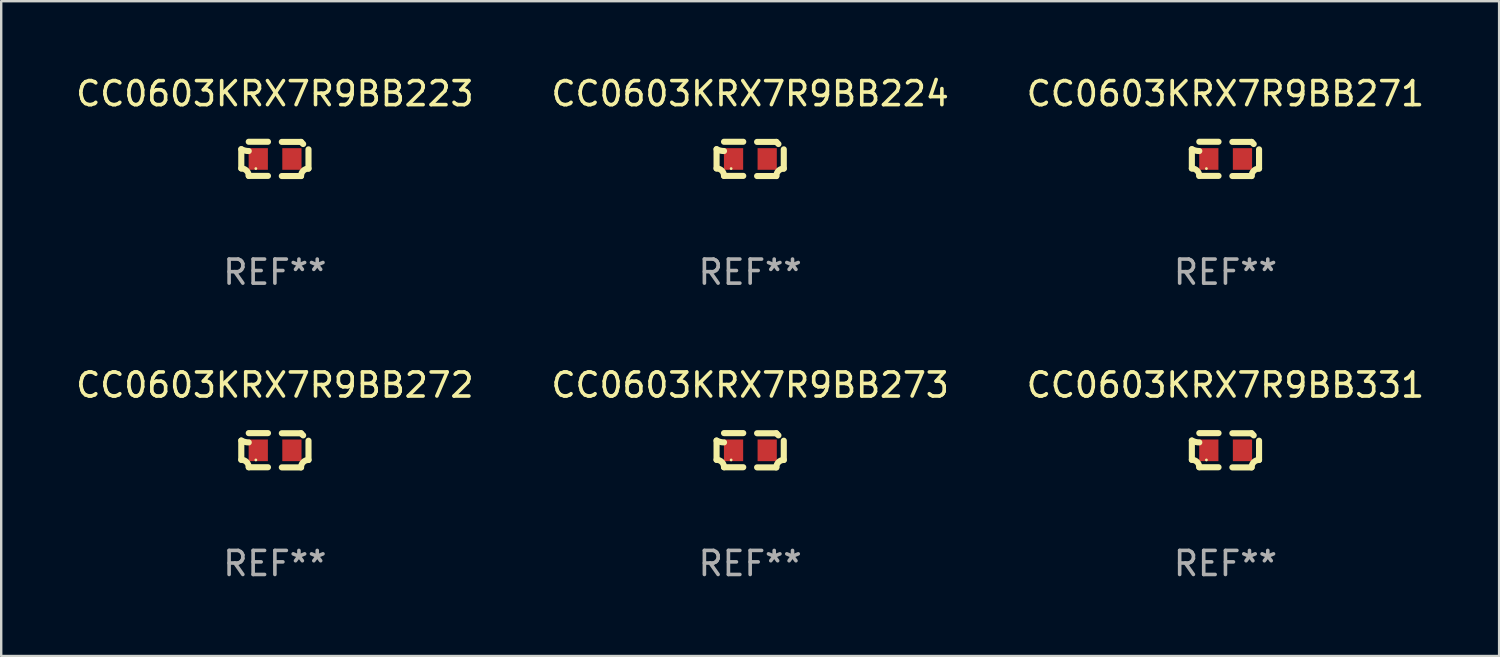
<source format=kicad_pcb>
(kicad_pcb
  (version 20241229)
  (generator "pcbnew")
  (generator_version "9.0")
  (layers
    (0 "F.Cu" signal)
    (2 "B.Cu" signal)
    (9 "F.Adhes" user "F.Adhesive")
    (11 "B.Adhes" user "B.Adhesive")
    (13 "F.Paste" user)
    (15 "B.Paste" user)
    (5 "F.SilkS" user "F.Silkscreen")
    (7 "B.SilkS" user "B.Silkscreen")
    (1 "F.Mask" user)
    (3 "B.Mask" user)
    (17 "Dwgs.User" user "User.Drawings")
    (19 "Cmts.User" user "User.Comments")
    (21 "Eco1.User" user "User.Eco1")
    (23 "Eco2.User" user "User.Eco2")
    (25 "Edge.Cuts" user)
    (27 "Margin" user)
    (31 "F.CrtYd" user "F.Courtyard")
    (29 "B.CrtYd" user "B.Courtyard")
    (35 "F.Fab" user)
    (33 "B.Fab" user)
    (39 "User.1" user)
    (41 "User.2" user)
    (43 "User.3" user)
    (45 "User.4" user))
  (footprint "CC0603KRX7R9BB223"
    (layer "F.Cu")
    (at 8.387 3.561)
    (property "Reference" "CC0603KRX7R9BB223" (at 0 -2.713 0) (layer "F.SilkS") (effects (font (size 1 1) (thickness 0.15))))
    (attr through_hole)
    (fp_line (start -1.398 -0.403) (end -1.398 0.397) (stroke (width 0.254) (type solid)) (layer "F.SilkS"))
    (fp_line (start -0.288 -0.713) (end -1.088 -0.713) (stroke (width 0.254) (type solid)) (layer "F.SilkS"))
    (fp_line (start -0.288 0.707) (end -1.088 0.707) (stroke (width 0.254) (type solid)) (layer "F.SilkS"))
    (fp_line (start 0.288 -0.707) (end 1.088 -0.707) (stroke (width 0.254) (type solid)) (layer "F.SilkS"))
    (fp_line (start 0.288 0.713) (end 1.088 0.713) (stroke (width 0.254) (type solid)) (layer "F.SilkS"))
    (fp_line (start 1.398 -0.397) (end 1.398 0.403) (stroke (width 0.254) (type solid)) (layer "F.SilkS"))
    (fp_arc (start -1.397789 0.397066) (mid -1.178701 0.487826) (end -1.08796 0.706922) (stroke (width 0.254001) (type solid)) (layer "F.SilkS"))
    (fp_arc (start -1.08796 -0.327176) (mid -1.247436 -0.346384) (end -1.39779 -0.402908) (stroke (width 0.254001) (type solid)) (layer "F.SilkS"))
    (fp_arc (start 1.087909 0.712738) (mid 1.178656 0.493655) (end 1.397739 0.402908) (stroke (width 0.254001) (type solid)) (layer "F.SilkS"))
    (fp_arc (start 1.175925 -0.618926) (mid 1.131917 -0.662923) (end 1.08791 -0.706922) (stroke (width 0.254001) (type solid)) (layer "F.SilkS"))
    (fp_circle (center -0.792 0.403) (end -0.762 0.403) (stroke (width 0.06) (type solid)) (fill no) (layer "F.SilkS"))
    (fp_text user "REF**" (at 0 4.713 0) (layer "F.Fab") (effects (font (size 1 1) (thickness 0.15))))
    (pad "1" smd rect (at -0.692 0.003) (size 0.8 0.9) (layers "F.Cu" "F.Mask" "F.Paste"))
    (pad "2" smd rect (at 0.708 0.003) (size 0.8 0.9) (layers "F.Cu" "F.Mask" "F.Paste")))
  (footprint "CC0603KRX7R9BB271"
    (layer "F.Cu")
    (at 47.935 3.561)
    (property "Reference" "CC0603KRX7R9BB271" (at 0 -2.713 0) (layer "F.SilkS") (effects (font (size 1 1) (thickness 0.15))))
    (attr through_hole)
    (fp_line (start -1.398 -0.403) (end -1.398 0.397) (stroke (width 0.254) (type solid)) (layer "F.SilkS"))
    (fp_line (start -0.288 -0.713) (end -1.088 -0.713) (stroke (width 0.254) (type solid)) (layer "F.SilkS"))
    (fp_line (start -0.288 0.707) (end -1.088 0.707) (stroke (width 0.254) (type solid)) (layer "F.SilkS"))
    (fp_line (start 0.288 -0.707) (end 1.088 -0.707) (stroke (width 0.254) (type solid)) (layer "F.SilkS"))
    (fp_line (start 0.288 0.713) (end 1.088 0.713) (stroke (width 0.254) (type solid)) (layer "F.SilkS"))
    (fp_line (start 1.398 -0.397) (end 1.398 0.403) (stroke (width 0.254) (type solid)) (layer "F.SilkS"))
    (fp_arc (start -1.397789 0.397066) (mid -1.178701 0.487826) (end -1.08796 0.706922) (stroke (width 0.254001) (type solid)) (layer "F.SilkS"))
    (fp_arc (start -1.08796 -0.327176) (mid -1.247436 -0.346384) (end -1.39779 -0.402908) (stroke (width 0.254001) (type solid)) (layer "F.SilkS"))
    (fp_arc (start 1.087909 0.712738) (mid 1.178656 0.493655) (end 1.397739 0.402908) (stroke (width 0.254001) (type solid)) (layer "F.SilkS"))
    (fp_arc (start 1.175925 -0.618926) (mid 1.131917 -0.662923) (end 1.08791 -0.706922) (stroke (width 0.254001) (type solid)) (layer "F.SilkS"))
    (fp_circle (center -0.792 0.403) (end -0.762 0.403) (stroke (width 0.06) (type solid)) (fill no) (layer "F.SilkS"))
    (fp_text user "REF**" (at 0 4.713 0) (layer "F.Fab") (effects (font (size 1 1) (thickness 0.15))))
    (pad "1" smd rect (at -0.692 0.003) (size 0.8 0.9) (layers "F.Cu" "F.Mask" "F.Paste"))
    (pad "2" smd rect (at 0.708 0.003) (size 0.8 0.9) (layers "F.Cu" "F.Mask" "F.Paste")))
  (footprint "CC0603KRX7R9BB331"
    (layer "F.Cu")
    (at 47.935 15.683)
    (property "Reference" "CC0603KRX7R9BB331" (at 0 -2.713 0) (layer "F.SilkS") (effects (font (size 1 1) (thickness 0.15))))
    (attr through_hole)
    (fp_line (start -1.398 -0.403) (end -1.398 0.397) (stroke (width 0.254) (type solid)) (layer "F.SilkS"))
    (fp_line (start -0.288 -0.713) (end -1.088 -0.713) (stroke (width 0.254) (type solid)) (layer "F.SilkS"))
    (fp_line (start -0.288 0.707) (end -1.088 0.707) (stroke (width 0.254) (type solid)) (layer "F.SilkS"))
    (fp_line (start 0.288 -0.707) (end 1.088 -0.707) (stroke (width 0.254) (type solid)) (layer "F.SilkS"))
    (fp_line (start 0.288 0.713) (end 1.088 0.713) (stroke (width 0.254) (type solid)) (layer "F.SilkS"))
    (fp_line (start 1.398 -0.397) (end 1.398 0.403) (stroke (width 0.254) (type solid)) (layer "F.SilkS"))
    (fp_arc (start -1.397789 0.397066) (mid -1.178701 0.487826) (end -1.08796 0.706922) (stroke (width 0.254001) (type solid)) (layer "F.SilkS"))
    (fp_arc (start -1.08796 -0.327176) (mid -1.247436 -0.346384) (end -1.39779 -0.402908) (stroke (width 0.254001) (type solid)) (layer "F.SilkS"))
    (fp_arc (start 1.087909 0.712738) (mid 1.178656 0.493655) (end 1.397739 0.402908) (stroke (width 0.254001) (type solid)) (layer "F.SilkS"))
    (fp_arc (start 1.175925 -0.618926) (mid 1.131917 -0.662923) (end 1.08791 -0.706922) (stroke (width 0.254001) (type solid)) (layer "F.SilkS"))
    (fp_circle (center -0.792 0.403) (end -0.762 0.403) (stroke (width 0.06) (type solid)) (fill no) (layer "F.SilkS"))
    (fp_text user "REF**" (at 0 4.713 0) (layer "F.Fab") (effects (font (size 1 1) (thickness 0.15))))
    (pad "1" smd rect (at -0.692 0.003) (size 0.8 0.9) (layers "F.Cu" "F.Mask" "F.Paste"))
    (pad "2" smd rect (at 0.708 0.003) (size 0.8 0.9) (layers "F.Cu" "F.Mask" "F.Paste")))
  (footprint "CC0603KRX7R9BB272"
    (layer "F.Cu")
    (at 8.387 15.683)
    (property "Reference" "CC0603KRX7R9BB272" (at 0 -2.713 0) (layer "F.SilkS") (effects (font (size 1 1) (thickness 0.15))))
    (attr through_hole)
    (fp_line (start -1.398 -0.403) (end -1.398 0.397) (stroke (width 0.254) (type solid)) (layer "F.SilkS"))
    (fp_line (start -0.288 -0.713) (end -1.088 -0.713) (stroke (width 0.254) (type solid)) (layer "F.SilkS"))
    (fp_line (start -0.288 0.707) (end -1.088 0.707) (stroke (width 0.254) (type solid)) (layer "F.SilkS"))
    (fp_line (start 0.288 -0.707) (end 1.088 -0.707) (stroke (width 0.254) (type solid)) (layer "F.SilkS"))
    (fp_line (start 0.288 0.713) (end 1.088 0.713) (stroke (width 0.254) (type solid)) (layer "F.SilkS"))
    (fp_line (start 1.398 -0.397) (end 1.398 0.403) (stroke (width 0.254) (type solid)) (layer "F.SilkS"))
    (fp_arc (start -1.397789 0.397066) (mid -1.178701 0.487826) (end -1.08796 0.706922) (stroke (width 0.254001) (type solid)) (layer "F.SilkS"))
    (fp_arc (start -1.08796 -0.327176) (mid -1.247436 -0.346384) (end -1.39779 -0.402908) (stroke (width 0.254001) (type solid)) (layer "F.SilkS"))
    (fp_arc (start 1.087909 0.712738) (mid 1.178656 0.493655) (end 1.397739 0.402908) (stroke (width 0.254001) (type solid)) (layer "F.SilkS"))
    (fp_arc (start 1.175925 -0.618926) (mid 1.131917 -0.662923) (end 1.08791 -0.706922) (stroke (width 0.254001) (type solid)) (layer "F.SilkS"))
    (fp_circle (center -0.792 0.403) (end -0.762 0.403) (stroke (width 0.06) (type solid)) (fill no) (layer "F.SilkS"))
    (fp_text user "REF**" (at 0 4.713 0) (layer "F.Fab") (effects (font (size 1 1) (thickness 0.15))))
    (pad "1" smd rect (at -0.692 0.003) (size 0.8 0.9) (layers "F.Cu" "F.Mask" "F.Paste"))
    (pad "2" smd rect (at 0.708 0.003) (size 0.8 0.9) (layers "F.Cu" "F.Mask" "F.Paste")))
  (footprint "CC0603KRX7R9BB224"
    (layer "F.Cu")
    (at 28.161 3.561)
    (property "Reference" "CC0603KRX7R9BB224" (at 0 -2.713 0) (layer "F.SilkS") (effects (font (size 1 1) (thickness 0.15))))
    (attr through_hole)
    (fp_line (start -1.398 -0.403) (end -1.398 0.397) (stroke (width 0.254) (type solid)) (layer "F.SilkS"))
    (fp_line (start -0.288 -0.713) (end -1.088 -0.713) (stroke (width 0.254) (type solid)) (layer "F.SilkS"))
    (fp_line (start -0.288 0.707) (end -1.088 0.707) (stroke (width 0.254) (type solid)) (layer "F.SilkS"))
    (fp_line (start 0.288 -0.707) (end 1.088 -0.707) (stroke (width 0.254) (type solid)) (layer "F.SilkS"))
    (fp_line (start 0.288 0.713) (end 1.088 0.713) (stroke (width 0.254) (type solid)) (layer "F.SilkS"))
    (fp_line (start 1.398 -0.397) (end 1.398 0.403) (stroke (width 0.254) (type solid)) (layer "F.SilkS"))
    (fp_arc (start -1.397789 0.397066) (mid -1.178701 0.487826) (end -1.08796 0.706922) (stroke (width 0.254001) (type solid)) (layer "F.SilkS"))
    (fp_arc (start -1.08796 -0.327176) (mid -1.247436 -0.346384) (end -1.39779 -0.402908) (stroke (width 0.254001) (type solid)) (layer "F.SilkS"))
    (fp_arc (start 1.087909 0.712738) (mid 1.178656 0.493655) (end 1.397739 0.402908) (stroke (width 0.254001) (type solid)) (layer "F.SilkS"))
    (fp_arc (start 1.175925 -0.618926) (mid 1.131917 -0.662923) (end 1.08791 -0.706922) (stroke (width 0.254001) (type solid)) (layer "F.SilkS"))
    (fp_circle (center -0.792 0.403) (end -0.762 0.403) (stroke (width 0.06) (type solid)) (fill no) (layer "F.SilkS"))
    (fp_text user "REF**" (at 0 4.713 0) (layer "F.Fab") (effects (font (size 1 1) (thickness 0.15))))
    (pad "1" smd rect (at -0.692 0.003) (size 0.8 0.9) (layers "F.Cu" "F.Mask" "F.Paste"))
    (pad "2" smd rect (at 0.708 0.003) (size 0.8 0.9) (layers "F.Cu" "F.Mask" "F.Paste")))
  (footprint "CC0603KRX7R9BB273"
    (layer "F.Cu")
    (at 28.161 15.683)
    (property "Reference" "CC0603KRX7R9BB273" (at 0 -2.713 0) (layer "F.SilkS") (effects (font (size 1 1) (thickness 0.15))))
    (attr through_hole)
    (fp_line (start -1.398 -0.403) (end -1.398 0.397) (stroke (width 0.254) (type solid)) (layer "F.SilkS"))
    (fp_line (start -0.288 -0.713) (end -1.088 -0.713) (stroke (width 0.254) (type solid)) (layer "F.SilkS"))
    (fp_line (start -0.288 0.707) (end -1.088 0.707) (stroke (width 0.254) (type solid)) (layer "F.SilkS"))
    (fp_line (start 0.288 -0.707) (end 1.088 -0.707) (stroke (width 0.254) (type solid)) (layer "F.SilkS"))
    (fp_line (start 0.288 0.713) (end 1.088 0.713) (stroke (width 0.254) (type solid)) (layer "F.SilkS"))
    (fp_line (start 1.398 -0.397) (end 1.398 0.403) (stroke (width 0.254) (type solid)) (layer "F.SilkS"))
    (fp_arc (start -1.397789 0.397066) (mid -1.178701 0.487826) (end -1.08796 0.706922) (stroke (width 0.254001) (type solid)) (layer "F.SilkS"))
    (fp_arc (start -1.08796 -0.327176) (mid -1.247436 -0.346384) (end -1.39779 -0.402908) (stroke (width 0.254001) (type solid)) (layer "F.SilkS"))
    (fp_arc (start 1.087909 0.712738) (mid 1.178656 0.493655) (end 1.397739 0.402908) (stroke (width 0.254001) (type solid)) (layer "F.SilkS"))
    (fp_arc (start 1.175925 -0.618926) (mid 1.131917 -0.662923) (end 1.08791 -0.706922) (stroke (width 0.254001) (type solid)) (layer "F.SilkS"))
    (fp_circle (center -0.792 0.403) (end -0.762 0.403) (stroke (width 0.06) (type solid)) (fill no) (layer "F.SilkS"))
    (fp_text user "REF**" (at 0 4.713 0) (layer "F.Fab") (effects (font (size 1 1) (thickness 0.15))))
    (pad "1" smd rect (at -0.692 0.003) (size 0.8 0.9) (layers "F.Cu" "F.Mask" "F.Paste"))
    (pad "2" smd rect (at 0.708 0.003) (size 0.8 0.9) (layers "F.Cu" "F.Mask" "F.Paste")))
  (gr_rect
    (start -3 -3)
    (end 59.321 24.244)
    (stroke (width 0.1) (type default))
    (fill no)
    (layer "Edge.Cuts")))
</source>
